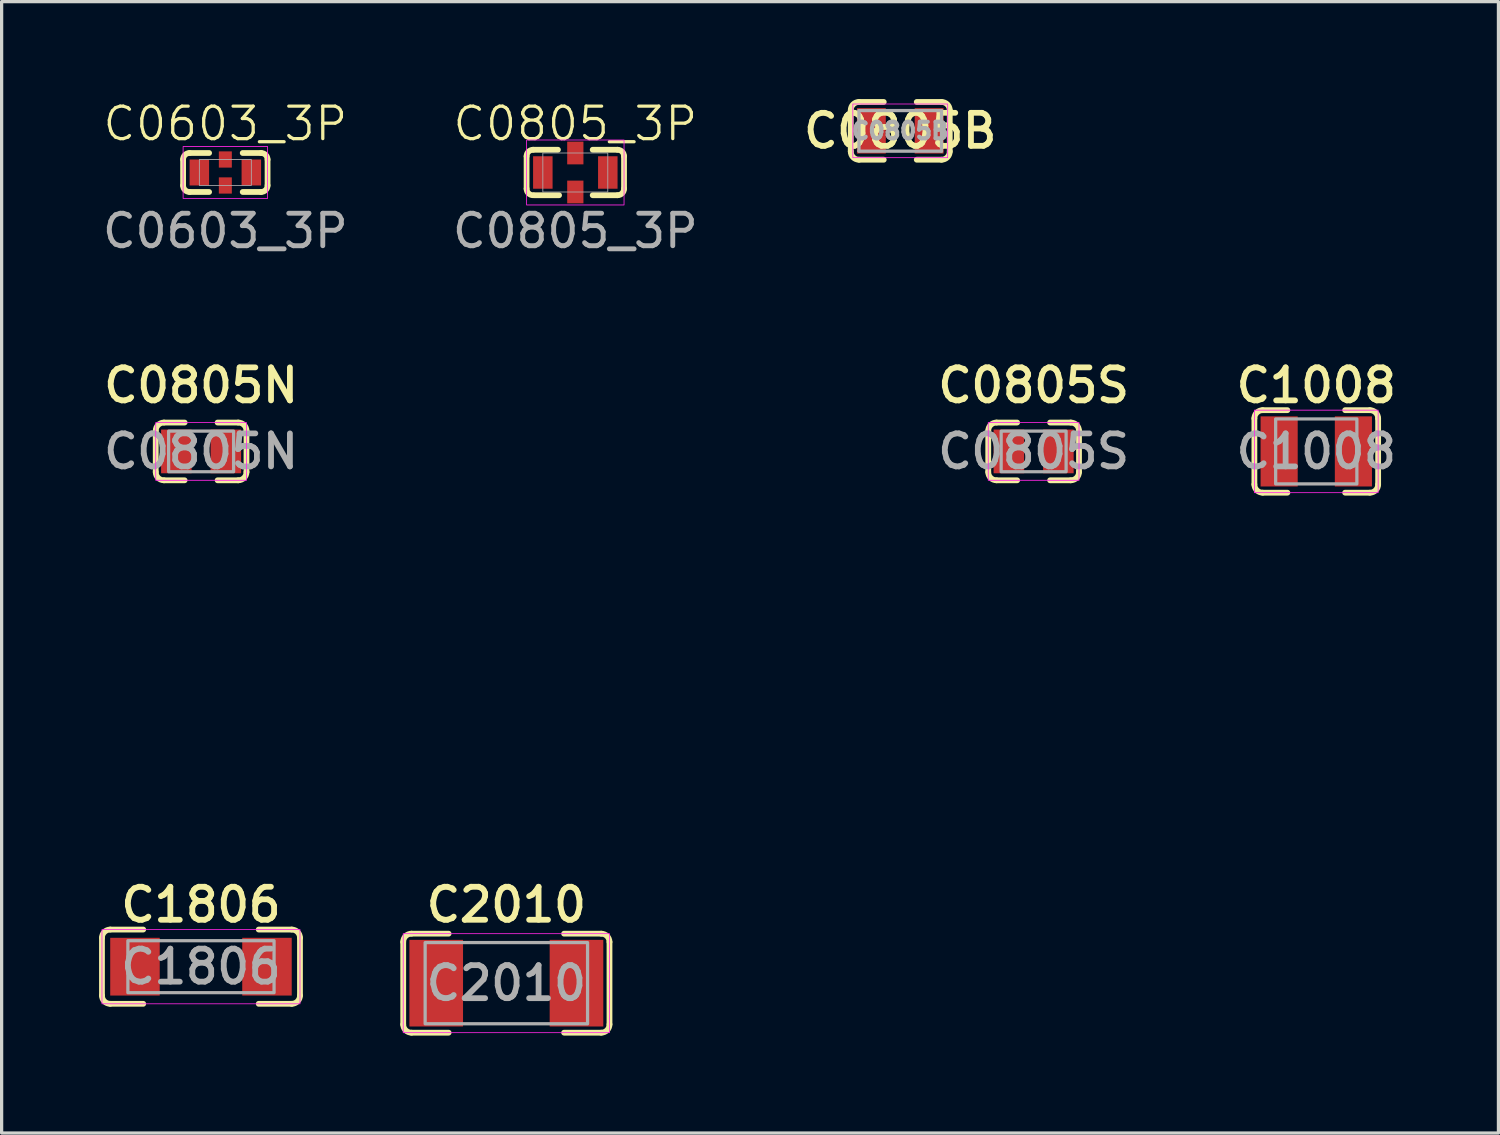
<source format=kicad_pcb>
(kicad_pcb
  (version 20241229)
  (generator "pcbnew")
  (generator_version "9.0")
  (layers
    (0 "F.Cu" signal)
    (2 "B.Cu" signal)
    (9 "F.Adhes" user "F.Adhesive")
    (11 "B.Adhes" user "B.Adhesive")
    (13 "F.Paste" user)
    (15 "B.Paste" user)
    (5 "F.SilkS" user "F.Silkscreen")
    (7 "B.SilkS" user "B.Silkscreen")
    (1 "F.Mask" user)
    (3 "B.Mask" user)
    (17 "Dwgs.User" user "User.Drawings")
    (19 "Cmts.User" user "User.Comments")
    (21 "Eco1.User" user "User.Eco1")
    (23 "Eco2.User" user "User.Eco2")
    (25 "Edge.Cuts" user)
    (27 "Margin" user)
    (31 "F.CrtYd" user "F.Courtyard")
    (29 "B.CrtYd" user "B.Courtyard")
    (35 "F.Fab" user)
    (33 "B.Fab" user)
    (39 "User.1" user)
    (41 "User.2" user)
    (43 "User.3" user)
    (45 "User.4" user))
  (footprint "C0603_3P"
    (layer "F.Cu")
    (at 3.887 2.26)
    (property "Reference" "C0603_3P" (at 0 -1.5 0) (unlocked yes) (layer "F.SilkS") (effects (font (size 1 1) (thickness 0.1))))
    (attr smd)
    (fp_line (start -1.3 -0.4) (end -1.3 0.4) (stroke (width 0.178) (type solid)) (layer "F.SilkS"))
    (fp_line (start -0.5 -0.6) (end -1.1 -0.6) (stroke (width 0.178) (type solid)) (layer "F.SilkS"))
    (fp_line (start -0.5 0.6) (end -1.1 0.6) (stroke (width 0.178) (type solid)) (layer "F.SilkS"))
    (fp_line (start 1.1 -0.6) (end 0.535 -0.6) (stroke (width 0.178) (type solid)) (layer "F.SilkS"))
    (fp_line (start 1.1 0.6) (end 0.535 0.6) (stroke (width 0.178) (type solid)) (layer "F.SilkS"))
    (fp_line (start 1.3 -0.4) (end 1.3 0.4) (stroke (width 0.178) (type solid)) (layer "F.SilkS"))
    (fp_arc (start -1.300001 -0.400001) (mid -1.241422 -0.541422) (end -1.100001 -0.600001) (stroke (width 0.1778) (type solid)) (layer "F.SilkS"))
    (fp_arc (start -1.100001 0.600001) (mid -1.241422 0.541422) (end -1.300001 0.400001) (stroke (width 0.1778) (type solid)) (layer "F.SilkS"))
    (fp_arc (start 1.100001 -0.600001) (mid 1.241422 -0.541422) (end 1.300001 -0.400001) (stroke (width 0.1778) (type solid)) (layer "F.SilkS"))
    (fp_arc (start 1.300001 0.400001) (mid 1.241422 0.541422) (end 1.100001 0.600001) (stroke (width 0.1778) (type solid)) (layer "F.SilkS"))
    (fp_rect (start -1.3 -0.8) (end 1.3 0.8) (stroke (width 0.025) (type default)) (fill no) (layer "F.CrtYd"))
    (fp_rect (start -0.8 -0.4) (end 0.8 0.4) (stroke (width 0.025) (type default)) (fill no) (layer "F.Fab"))
    (fp_text user "${REFERENCE}" (at 0 1.8 0) (unlocked yes) (layer "F.Fab") (effects (font (size 1 1) (thickness 0.15))))
    (pad "1" smd rect (at -0.8 0) (size 0.6 0.8) (layers "F.Cu" "F.Mask" "F.Paste"))
    (pad "2" smd rect (at 0 -0.4) (size 0.4 0.5) (layers "F.Cu" "F.Mask" "F.Paste"))
    (pad "2" smd rect (at 0 0.4) (size 0.4 0.5) (layers "F.Cu" "F.Mask" "F.Paste"))
    (pad "3" smd rect (at 0.8 0) (size 0.6 0.8) (layers "F.Cu" "F.Mask" "F.Paste")))
  (footprint "C0805_3P"
    (layer "F.Cu")
    (at 14.661 2.26)
    (property "Reference" "C0805_3P" (at 0 -1.5 0) (unlocked yes) (layer "F.SilkS") (effects (font (size 1 1) (thickness 0.1))))
    (attr smd)
    (fp_line (start -1.5 -0.5) (end -1.5 0.5) (stroke (width 0.178) (type solid)) (layer "F.SilkS"))
    (fp_line (start -0.535 -0.7) (end -1.3 -0.7) (stroke (width 0.178) (type solid)) (layer "F.SilkS"))
    (fp_line (start -0.5 0.7) (end -1.265 0.7) (stroke (width 0.178) (type solid)) (layer "F.SilkS"))
    (fp_line (start 1.3 -0.7) (end 0.535 -0.7) (stroke (width 0.178) (type solid)) (layer "F.SilkS"))
    (fp_line (start 1.3 0.7) (end 0.535 0.7) (stroke (width 0.178) (type solid)) (layer "F.SilkS"))
    (fp_line (start 1.5 -0.5) (end 1.5 0.5) (stroke (width 0.178) (type solid)) (layer "F.SilkS"))
    (fp_arc (start -1.5 -0.5) (mid -1.441421 -0.641421) (end -1.3 -0.7) (stroke (width 0.1778) (type solid)) (layer "F.SilkS"))
    (fp_arc (start -1.3 0.7) (mid -1.441421 0.641421) (end -1.5 0.5) (stroke (width 0.1778) (type solid)) (layer "F.SilkS"))
    (fp_arc (start 1.300001 -0.700001) (mid 1.441422 -0.641422) (end 1.500001 -0.500001) (stroke (width 0.1778) (type solid)) (layer "F.SilkS"))
    (fp_arc (start 1.500001 0.500001) (mid 1.441422 0.641422) (end 1.300001 0.700001) (stroke (width 0.1778) (type solid)) (layer "F.SilkS"))
    (fp_rect (start -1.5 -1) (end 1.5 1) (stroke (width 0.025) (type default)) (fill no) (layer "F.CrtYd"))
    (fp_rect (start -1 -0.6) (end 1 0.6) (stroke (width 0.025) (type default)) (fill no) (layer "F.Fab"))
    (fp_text user "${REFERENCE}" (at 0 1.8 0) (unlocked yes) (layer "F.Fab") (effects (font (size 1 1) (thickness 0.15))))
    (pad "1" smd rect (at -1 0) (size 0.6 1) (layers "F.Cu" "F.Mask" "F.Paste"))
    (pad "2" smd rect (at 0 -0.6) (size 0.5 0.7) (layers "F.Cu" "F.Mask" "F.Paste"))
    (pad "2" smd rect (at 0 0.6) (size 0.5 0.7) (layers "F.Cu" "F.Mask" "F.Paste"))
    (pad "3" smd rect (at 1 0) (size 0.6 1) (layers "F.Cu" "F.Mask" "F.Paste")))
  (footprint "C0805N"
    (layer "F.Cu")
    (at 3.141 10.847)
    (property "Reference" "C0805N" (at 0 -2.032 0) (layer "F.SilkS") (effects (font (size 1.016 1.016) (thickness 0.178))))
    (attr smd)
    (fp_line (start -1.397 -0.635) (end -1.397 0.635) (stroke (width 0.178) (type solid)) (layer "F.SilkS"))
    (fp_line (start -1.143 -0.889) (end -0.508 -0.889) (stroke (width 0.178) (type solid)) (layer "F.SilkS"))
    (fp_line (start -1.143 0.889) (end -0.508 0.889) (stroke (width 0.178) (type solid)) (layer "F.SilkS"))
    (fp_line (start 0.508 -0.889) (end 1.143 -0.889) (stroke (width 0.178) (type solid)) (layer "F.SilkS"))
    (fp_line (start 0.508 0.889) (end 1.143 0.889) (stroke (width 0.178) (type solid)) (layer "F.SilkS"))
    (fp_line (start 1.397 -0.635) (end 1.397 0.635) (stroke (width 0.178) (type solid)) (layer "F.SilkS"))
    (fp_arc (start -1.396999 -0.635001) (mid -1.322603 -0.814606) (end -1.142997 -0.888999) (stroke (width 0.1778) (type solid)) (layer "F.SilkS"))
    (fp_arc (start -1.143001 0.889002) (mid -1.322606 0.814606) (end -1.396999 0.635) (stroke (width 0.1778) (type solid)) (layer "F.SilkS"))
    (fp_arc (start 1.143001 -0.889002) (mid 1.322606 -0.814606) (end 1.396999 -0.635) (stroke (width 0.1778) (type solid)) (layer "F.SilkS"))
    (fp_arc (start 1.396999 0.635001) (mid 1.322603 0.814606) (end 1.142997 0.888999) (stroke (width 0.1778) (type solid)) (layer "F.SilkS"))
    (fp_rect (start -1.397 -0.889) (end 1.397 0.889) (stroke (width 0.025) (type solid)) (fill no) (layer "F.CrtYd"))
    (fp_rect (start -1 -0.625) (end 1 0.625) (stroke (width 0.1) (type solid)) (fill no) (layer "F.Fab"))
    (fp_text user "${REFERENCE}" (at 0 0 0) (layer "F.Fab") (effects (font (size 1.016 1.016) (thickness 0.178))))
    (fp_text user "Auth: Thanh Duong" (at 0 9.144 0) (unlocked yes) (layer "User.1") (effects (font (size 1.016 1.016) (thickness 0.178) (italic yes)) (justify left)))
    (fp_text user "Dimension: 2.0x1.25mm" (at 0 7.112 0) (unlocked yes) (layer "User.1") (effects (font (size 1.016 1.016) (thickness 0.178) (italic yes)) (justify left)))
    (fp_text user "Footprint: C0805N (NXP)" (at 0 5.08 0) (unlocked yes) (layer "User.1") (effects (font (size 1.016 1.016) (thickness 0.178) (italic yes)) (justify left)))
    (pad "1" smd rect (at -0.762 0) (size 0.94 1.346) (layers "F.Cu" "F.Mask" "F.Paste"))
    (pad "2" smd rect (at 0.762 0) (size 0.94 1.346) (layers "F.Cu" "F.Mask" "F.Paste")))
  (footprint "C2010"
    (layer "F.Cu")
    (at 12.538 27.217)
    (property "Reference" "C2010" (at 0 -2.413 0) (unlocked yes) (layer "F.SilkS") (effects (font (size 1.016 1.016) (thickness 0.178))))
    (attr smd)
    (fp_line (start -3.175 1.27) (end -3.175 -1.27) (stroke (width 0.178) (type solid)) (layer "F.SilkS"))
    (fp_line (start -2.921 -1.524) (end -1.778 -1.524) (stroke (width 0.178) (type solid)) (layer "F.SilkS"))
    (fp_line (start -2.921 1.524) (end -1.778 1.524) (stroke (width 0.178) (type solid)) (layer "F.SilkS"))
    (fp_line (start 1.778 -1.524) (end 2.921 -1.524) (stroke (width 0.178) (type solid)) (layer "F.SilkS"))
    (fp_line (start 1.778 1.524) (end 2.921 1.524) (stroke (width 0.178) (type solid)) (layer "F.SilkS"))
    (fp_line (start 3.175 1.27) (end 3.175 -1.27) (stroke (width 0.178) (type solid)) (layer "F.SilkS"))
    (fp_arc (start -3.175 -1.27) (mid -3.100605 -1.449605) (end -2.921 -1.524) (stroke (width 0.1778) (type solid)) (layer "F.SilkS"))
    (fp_arc (start -2.921 1.524) (mid -3.100605 1.449605) (end -3.175 1.27) (stroke (width 0.1778) (type solid)) (layer "F.SilkS"))
    (fp_arc (start 2.921 -1.524) (mid 3.100605 -1.449605) (end 3.175 -1.27) (stroke (width 0.1778) (type solid)) (layer "F.SilkS"))
    (fp_arc (start 3.175 1.27) (mid 3.100605 1.449605) (end 2.921 1.524) (stroke (width 0.1778) (type solid)) (layer "F.SilkS"))
    (fp_rect (start -3.175 -1.524) (end 3.175 1.524) (stroke (width 0.025) (type solid)) (fill no) (layer "F.CrtYd"))
    (fp_rect (start -2.5 -1.25) (end 2.5 1.25) (stroke (width 0.1) (type solid)) (fill no) (layer "F.Fab"))
    (fp_text user "${REFERENCE}" (at 0 0 0) (unlocked yes) (layer "F.Fab") (effects (font (size 1.016 1.016) (thickness 0.178))))
    (pad "1" smd rect (at -2.159 0) (size 1.651 2.667) (layers "F.Cu" "F.Mask" "F.Paste"))
    (pad "2" smd rect (at 2.159 0) (size 1.651 2.667) (layers "F.Cu" "F.Mask" "F.Paste")))
  (footprint "C1806"
    (layer "F.Cu")
    (at 3.137 26.709)
    (property "Reference" "C1806" (at 0 -1.905 0) (unlocked yes) (layer "F.SilkS") (effects (font (size 1.016 1.016) (thickness 0.178))))
    (attr smd)
    (fp_line (start -3.048 0.889) (end -3.048 -0.889) (stroke (width 0.178) (type solid)) (layer "F.SilkS"))
    (fp_line (start -2.794 -1.143) (end -1.778 -1.143) (stroke (width 0.178) (type solid)) (layer "F.SilkS"))
    (fp_line (start -2.794 1.143) (end -1.778 1.143) (stroke (width 0.178) (type solid)) (layer "F.SilkS"))
    (fp_line (start 1.778 -1.143) (end 2.794 -1.143) (stroke (width 0.178) (type solid)) (layer "F.SilkS"))
    (fp_line (start 1.778 1.143) (end 2.794 1.143) (stroke (width 0.178) (type solid)) (layer "F.SilkS"))
    (fp_line (start 3.048 0.889) (end 3.048 -0.889) (stroke (width 0.178) (type solid)) (layer "F.SilkS"))
    (fp_arc (start -3.047999 -0.889001) (mid -2.973603 -1.068606) (end -2.793997 -1.142999) (stroke (width 0.1778) (type solid)) (layer "F.SilkS"))
    (fp_arc (start -2.793999 1.142997) (mid -2.973603 1.068603) (end -3.047997 0.888999) (stroke (width 0.1778) (type solid)) (layer "F.SilkS"))
    (fp_arc (start 2.794002 -1.142998) (mid 2.973606 -1.068604) (end 3.048 -0.889) (stroke (width 0.1778) (type solid)) (layer "F.SilkS"))
    (fp_arc (start 3.047997 0.888999) (mid 2.973603 1.068603) (end 2.793999 1.142997) (stroke (width 0.1778) (type solid)) (layer "F.SilkS"))
    (fp_rect (start -3.048 -1.143) (end 3.048 1.143) (stroke (width 0.025) (type solid)) (fill no) (layer "F.CrtYd"))
    (fp_rect (start -2.25 -0.8) (end 2.25 0.8) (stroke (width 0.1) (type solid)) (fill no) (layer "F.Fab"))
    (fp_text user "${REFERENCE}" (at 0 0 0) (unlocked yes) (layer "F.Fab") (effects (font (size 1.016 1.016) (thickness 0.178))))
    (pad "1" smd rect (at -2.032 0) (size 1.524 1.778) (layers "F.Cu" "F.Mask" "F.Paste"))
    (pad "2" smd rect (at 2.032 0) (size 1.524 1.778) (layers "F.Cu" "F.Mask" "F.Paste")))
  (footprint "C0805B"
    (layer "F.Cu")
    (at 24.664 0.978)
    (property "Reference" "C0805B" (at 0 0 0) (layer "F.SilkS") (effects (font (size 1.016 1.016) (thickness 0.178))))
    (attr smd)
    (fp_line (start -1.524 -0.635) (end -1.524 0.635) (stroke (width 0.178) (type solid)) (layer "F.SilkS"))
    (fp_line (start -1.27 0.889) (end -0.508 0.889) (stroke (width 0.178) (type solid)) (layer "F.SilkS"))
    (fp_line (start -1.27 -0.889) (end -0.508 -0.889) (stroke (width 0.178) (type solid)) (layer "F.SilkS"))
    (fp_line (start 0.508 -0.889) (end 1.27 -0.889) (stroke (width 0.178) (type solid)) (layer "F.SilkS"))
    (fp_line (start 0.508 0.889) (end 1.27 0.889) (stroke (width 0.178) (type solid)) (layer "F.SilkS"))
    (fp_line (start 1.524 -0.635) (end 1.524 0.635) (stroke (width 0.178) (type solid)) (layer "F.SilkS"))
    (fp_arc (start -1.524 -0.635) (mid -1.449604 -0.814605) (end -1.269998 -0.888998) (stroke (width 0.1778) (type solid)) (layer "F.SilkS"))
    (fp_arc (start -1.270002 0.889002) (mid -1.449607 0.814606) (end -1.524 0.635) (stroke (width 0.1778) (type solid)) (layer "F.SilkS"))
    (fp_arc (start 1.270002 -0.889002) (mid 1.449607 -0.814606) (end 1.524 -0.635) (stroke (width 0.1778) (type solid)) (layer "F.SilkS"))
    (fp_arc (start 1.524 0.635) (mid 1.449604 0.814605) (end 1.269998 0.888998) (stroke (width 0.1778) (type solid)) (layer "F.SilkS"))
    (fp_rect (start -1.46 -0.826) (end 1.46 0.826) (stroke (width 0.025) (type solid)) (fill no) (layer "F.CrtYd"))
    (fp_line (start -1.27 -0.625) (end 1.27 -0.625) (stroke (width 0.1) (type solid)) (layer "F.Fab"))
    (fp_line (start -1.27 0.625) (end -1.27 -0.625) (stroke (width 0.1) (type solid)) (layer "F.Fab"))
    (fp_line (start 1.27 -0.625) (end 1.27 0.625) (stroke (width 0.1) (type solid)) (layer "F.Fab"))
    (fp_line (start 1.27 0.625) (end -1.27 0.625) (stroke (width 0.1) (type solid)) (layer "F.Fab"))
    (fp_text user "${REFERENCE}" (at 0 0 0) (layer "F.Fab") (effects (font (size 0.508 0.508) (thickness 0.127))))
    (pad "1" smd rect (at -0.889 0) (size 0.889 1.397) (layers "F.Cu" "F.Mask" "F.Paste"))
    (pad "2" smd rect (at 0.889 0) (size 0.889 1.397) (layers "F.Cu" "F.Mask" "F.Paste")))
  (footprint "C1008"
    (layer "F.Cu")
    (at 37.471 10.847)
    (property "Reference" "C1008" (at 0 -2.032 0) (unlocked yes) (layer "F.SilkS") (effects (font (size 1.016 1.016) (thickness 0.178))))
    (attr smd)
    (fp_line (start -1.905 -1.016) (end -1.905 1.016) (stroke (width 0.178) (type solid)) (layer "F.SilkS"))
    (fp_line (start -1.651 -1.27) (end -0.889 -1.27) (stroke (width 0.178) (type solid)) (layer "F.SilkS"))
    (fp_line (start -1.651 1.27) (end -0.889 1.27) (stroke (width 0.178) (type solid)) (layer "F.SilkS"))
    (fp_line (start 0.889 1.27) (end 1.651 1.27) (stroke (width 0.178) (type solid)) (layer "F.SilkS"))
    (fp_line (start 0.889 -1.27) (end 1.651 -1.27) (stroke (width 0.178) (type solid)) (layer "F.SilkS"))
    (fp_line (start 1.905 -1.016) (end 1.905 1.016) (stroke (width 0.178) (type solid)) (layer "F.SilkS"))
    (fp_arc (start -1.904999 -1.016001) (mid -1.830603 -1.195606) (end -1.650997 -1.269999) (stroke (width 0.1778) (type solid)) (layer "F.SilkS"))
    (fp_arc (start -1.650998 1.269999) (mid -1.830603 1.195603) (end -1.904996 1.015997) (stroke (width 0.1778) (type solid)) (layer "F.SilkS"))
    (fp_arc (start 1.651001 -1.269999) (mid 1.830606 -1.195603) (end 1.904999 -1.015997) (stroke (width 0.1778) (type solid)) (layer "F.SilkS"))
    (fp_arc (start 1.904999 1.016001) (mid 1.830603 1.195606) (end 1.650997 1.269999) (stroke (width 0.1778) (type solid)) (layer "F.SilkS"))
    (fp_rect (start -1.905 -1.27) (end 1.905 1.27) (stroke (width 0.025) (type solid)) (fill no) (layer "F.CrtYd"))
    (fp_rect (start -1.25 -1) (end 1.25 1) (stroke (width 0.1) (type solid)) (fill no) (layer "F.Fab"))
    (fp_text user "${REFERENCE}" (at 0 0 0) (unlocked yes) (layer "F.Fab") (effects (font (size 1.016 1.016) (thickness 0.178))))
    (pad "1" smd rect (at -1.143 0) (size 1.143 2.159) (layers "F.Cu" "F.Mask" "F.Paste"))
    (pad "2" smd rect (at 1.143 0) (size 1.143 2.159) (layers "F.Cu" "F.Mask" "F.Paste")))
  (footprint "C0805S"
    (layer "F.Cu")
    (at 28.77 10.847)
    (property "Reference" "C0805S" (at 0 -2.032 0) (layer "F.SilkS") (effects (font (size 1.016 1.016) (thickness 0.178))))
    (attr smd)
    (fp_line (start -1.397 -0.635) (end -1.397 0.635) (stroke (width 0.178) (type solid)) (layer "F.SilkS"))
    (fp_line (start -1.143 -0.889) (end -0.508 -0.889) (stroke (width 0.178) (type solid)) (layer "F.SilkS"))
    (fp_line (start -1.143 0.889) (end -0.508 0.889) (stroke (width 0.178) (type solid)) (layer "F.SilkS"))
    (fp_line (start 0.508 -0.889) (end 1.143 -0.889) (stroke (width 0.178) (type solid)) (layer "F.SilkS"))
    (fp_line (start 0.508 0.889) (end 1.143 0.889) (stroke (width 0.178) (type solid)) (layer "F.SilkS"))
    (fp_line (start 1.397 -0.635) (end 1.397 0.635) (stroke (width 0.178) (type solid)) (layer "F.SilkS"))
    (fp_arc (start -1.397 -0.635) (mid -1.322605 -0.814605) (end -1.143 -0.889) (stroke (width 0.1778) (type solid)) (layer "F.SilkS"))
    (fp_arc (start -1.143 0.889) (mid -1.322605 0.814605) (end -1.397 0.635) (stroke (width 0.1778) (type solid)) (layer "F.SilkS"))
    (fp_arc (start 1.143 -0.889) (mid 1.322605 -0.814605) (end 1.397 -0.635) (stroke (width 0.1778) (type solid)) (layer "F.SilkS"))
    (fp_arc (start 1.397 0.635) (mid 1.322605 0.814605) (end 1.143 0.889) (stroke (width 0.1778) (type solid)) (layer "F.SilkS"))
    (fp_rect (start -1.397 -0.889) (end 1.397 0.889) (stroke (width 0.025) (type solid)) (fill no) (layer "F.CrtYd"))
    (fp_rect (start -1 -0.625) (end 1 0.625) (stroke (width 0.1) (type solid)) (fill no) (layer "F.Fab"))
    (fp_text user "${REFERENCE}" (at 0 0 0) (layer "F.Fab") (effects (font (size 1.016 1.016) (thickness 0.178))))
    (pad "1" smd rect (at -0.762 0) (size 0.94 1.346) (layers "F.Cu" "F.Mask" "F.Paste"))
    (pad "2" smd rect (at 0.762 0) (size 0.94 1.346) (layers "F.Cu" "F.Mask" "F.Paste")))
  (gr_rect
    (start -3 -3)
    (end 43.079 31.83)
    (stroke (width 0.1) (type default))
    (fill no)
    (layer "Edge.Cuts")))
</source>
